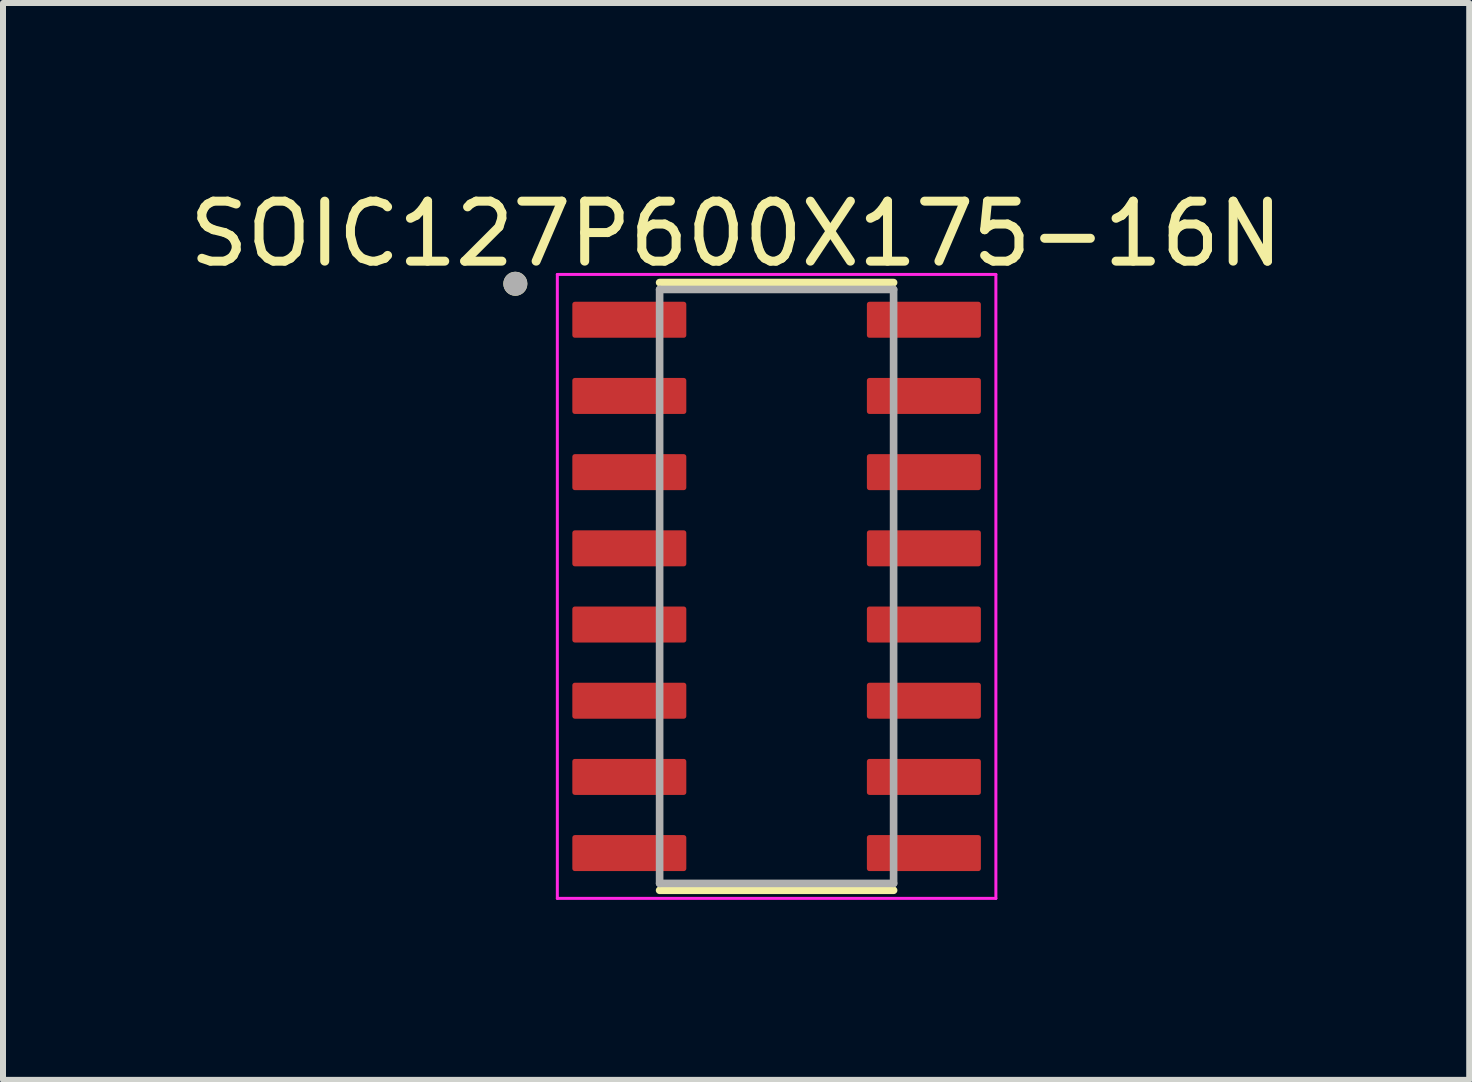
<source format=kicad_pcb>
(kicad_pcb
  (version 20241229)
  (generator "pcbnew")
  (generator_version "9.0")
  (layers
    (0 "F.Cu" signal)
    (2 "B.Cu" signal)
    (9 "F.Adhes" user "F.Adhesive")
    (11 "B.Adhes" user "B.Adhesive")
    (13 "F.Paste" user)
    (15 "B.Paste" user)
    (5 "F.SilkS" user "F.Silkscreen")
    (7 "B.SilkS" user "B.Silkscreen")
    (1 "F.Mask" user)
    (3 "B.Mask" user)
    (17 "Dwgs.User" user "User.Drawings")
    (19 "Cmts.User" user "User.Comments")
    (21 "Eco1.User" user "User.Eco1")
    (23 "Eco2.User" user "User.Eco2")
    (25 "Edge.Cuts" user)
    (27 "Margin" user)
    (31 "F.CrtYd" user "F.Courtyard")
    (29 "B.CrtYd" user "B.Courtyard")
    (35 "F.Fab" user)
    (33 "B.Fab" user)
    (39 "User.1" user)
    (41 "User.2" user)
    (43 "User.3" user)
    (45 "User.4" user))
  (footprint "SOIC127P600X175-16N"
    (layer "F.Cu")
    (at 9.895 6.725)
    (property "Reference" "SOIC127P600X175-16N" (at -0.675 -5.877 0) (layer "F.SilkS") (effects (font (size 1 1) (thickness 0.15))))
    (attr smd)
    (fp_line (start -1.95 -5.065) (end 1.95 -5.065) (stroke (width 0.127) (type solid)) (layer "F.SilkS"))
    (fp_line (start -1.95 5.065) (end 1.95 5.065) (stroke (width 0.127) (type solid)) (layer "F.SilkS"))
    (fp_circle (center -4.355 -5.045) (end -4.255 -5.045) (stroke (width 0.2) (type solid)) (fill no) (layer "F.SilkS"))
    (fp_line (start -3.655 -5.2) (end -3.655 5.2) (stroke (width 0.05) (type solid)) (layer "F.CrtYd"))
    (fp_line (start -3.655 -5.2) (end 3.655 -5.2) (stroke (width 0.05) (type solid)) (layer "F.CrtYd"))
    (fp_line (start -3.655 5.2) (end 3.655 5.2) (stroke (width 0.05) (type solid)) (layer "F.CrtYd"))
    (fp_line (start 3.655 -5.2) (end 3.655 5.2) (stroke (width 0.05) (type solid)) (layer "F.CrtYd"))
    (fp_line (start -1.95 -4.95) (end -1.95 4.95) (stroke (width 0.127) (type solid)) (layer "F.Fab"))
    (fp_line (start -1.95 -4.95) (end 1.95 -4.95) (stroke (width 0.127) (type solid)) (layer "F.Fab"))
    (fp_line (start -1.95 4.95) (end 1.95 4.95) (stroke (width 0.127) (type solid)) (layer "F.Fab"))
    (fp_line (start 1.95 -4.95) (end 1.95 4.95) (stroke (width 0.127) (type solid)) (layer "F.Fab"))
    (fp_circle (center -4.355 -5.045) (end -4.255 -5.045) (stroke (width 0.2) (type solid)) (fill no) (layer "F.Fab"))
    (pad "1" smd roundrect (at -2.455 -4.445) (size 1.9 0.6) (layers "F.Cu" "F.Mask" "F.Paste") (roundrect_rratio 0.07))
    (pad "2" smd roundrect (at -2.455 -3.175) (size 1.9 0.6) (layers "F.Cu" "F.Mask" "F.Paste") (roundrect_rratio 0.07))
    (pad "3" smd roundrect (at -2.455 -1.905) (size 1.9 0.6) (layers "F.Cu" "F.Mask" "F.Paste") (roundrect_rratio 0.07))
    (pad "4" smd roundrect (at -2.455 -0.635) (size 1.9 0.6) (layers "F.Cu" "F.Mask" "F.Paste") (roundrect_rratio 0.07))
    (pad "5" smd roundrect (at -2.455 0.635) (size 1.9 0.6) (layers "F.Cu" "F.Mask" "F.Paste") (roundrect_rratio 0.07))
    (pad "6" smd roundrect (at -2.455 1.905) (size 1.9 0.6) (layers "F.Cu" "F.Mask" "F.Paste") (roundrect_rratio 0.07))
    (pad "7" smd roundrect (at -2.455 3.175) (size 1.9 0.6) (layers "F.Cu" "F.Mask" "F.Paste") (roundrect_rratio 0.07))
    (pad "8" smd roundrect (at -2.455 4.445) (size 1.9 0.6) (layers "F.Cu" "F.Mask" "F.Paste") (roundrect_rratio 0.07))
    (pad "9" smd roundrect (at 2.455 4.445) (size 1.9 0.6) (layers "F.Cu" "F.Mask" "F.Paste") (roundrect_rratio 0.07))
    (pad "10" smd roundrect (at 2.455 3.175) (size 1.9 0.6) (layers "F.Cu" "F.Mask" "F.Paste") (roundrect_rratio 0.07))
    (pad "11" smd roundrect (at 2.455 1.905) (size 1.9 0.6) (layers "F.Cu" "F.Mask" "F.Paste") (roundrect_rratio 0.07))
    (pad "12" smd roundrect (at 2.455 0.635) (size 1.9 0.6) (layers "F.Cu" "F.Mask" "F.Paste") (roundrect_rratio 0.07))
    (pad "13" smd roundrect (at 2.455 -0.635) (size 1.9 0.6) (layers "F.Cu" "F.Mask" "F.Paste") (roundrect_rratio 0.07))
    (pad "14" smd roundrect (at 2.455 -1.905) (size 1.9 0.6) (layers "F.Cu" "F.Mask" "F.Paste") (roundrect_rratio 0.07))
    (pad "15" smd roundrect (at 2.455 -3.175) (size 1.9 0.6) (layers "F.Cu" "F.Mask" "F.Paste") (roundrect_rratio 0.07))
    (pad "16" smd roundrect (at 2.455 -4.445) (size 1.9 0.6) (layers "F.Cu" "F.Mask" "F.Paste") (roundrect_rratio 0.07)))
  (gr_rect
    (start -3 -3)
    (end 21.44 14.95)
    (stroke (width 0.1) (type default))
    (fill no)
    (layer "Edge.Cuts")))
</source>
